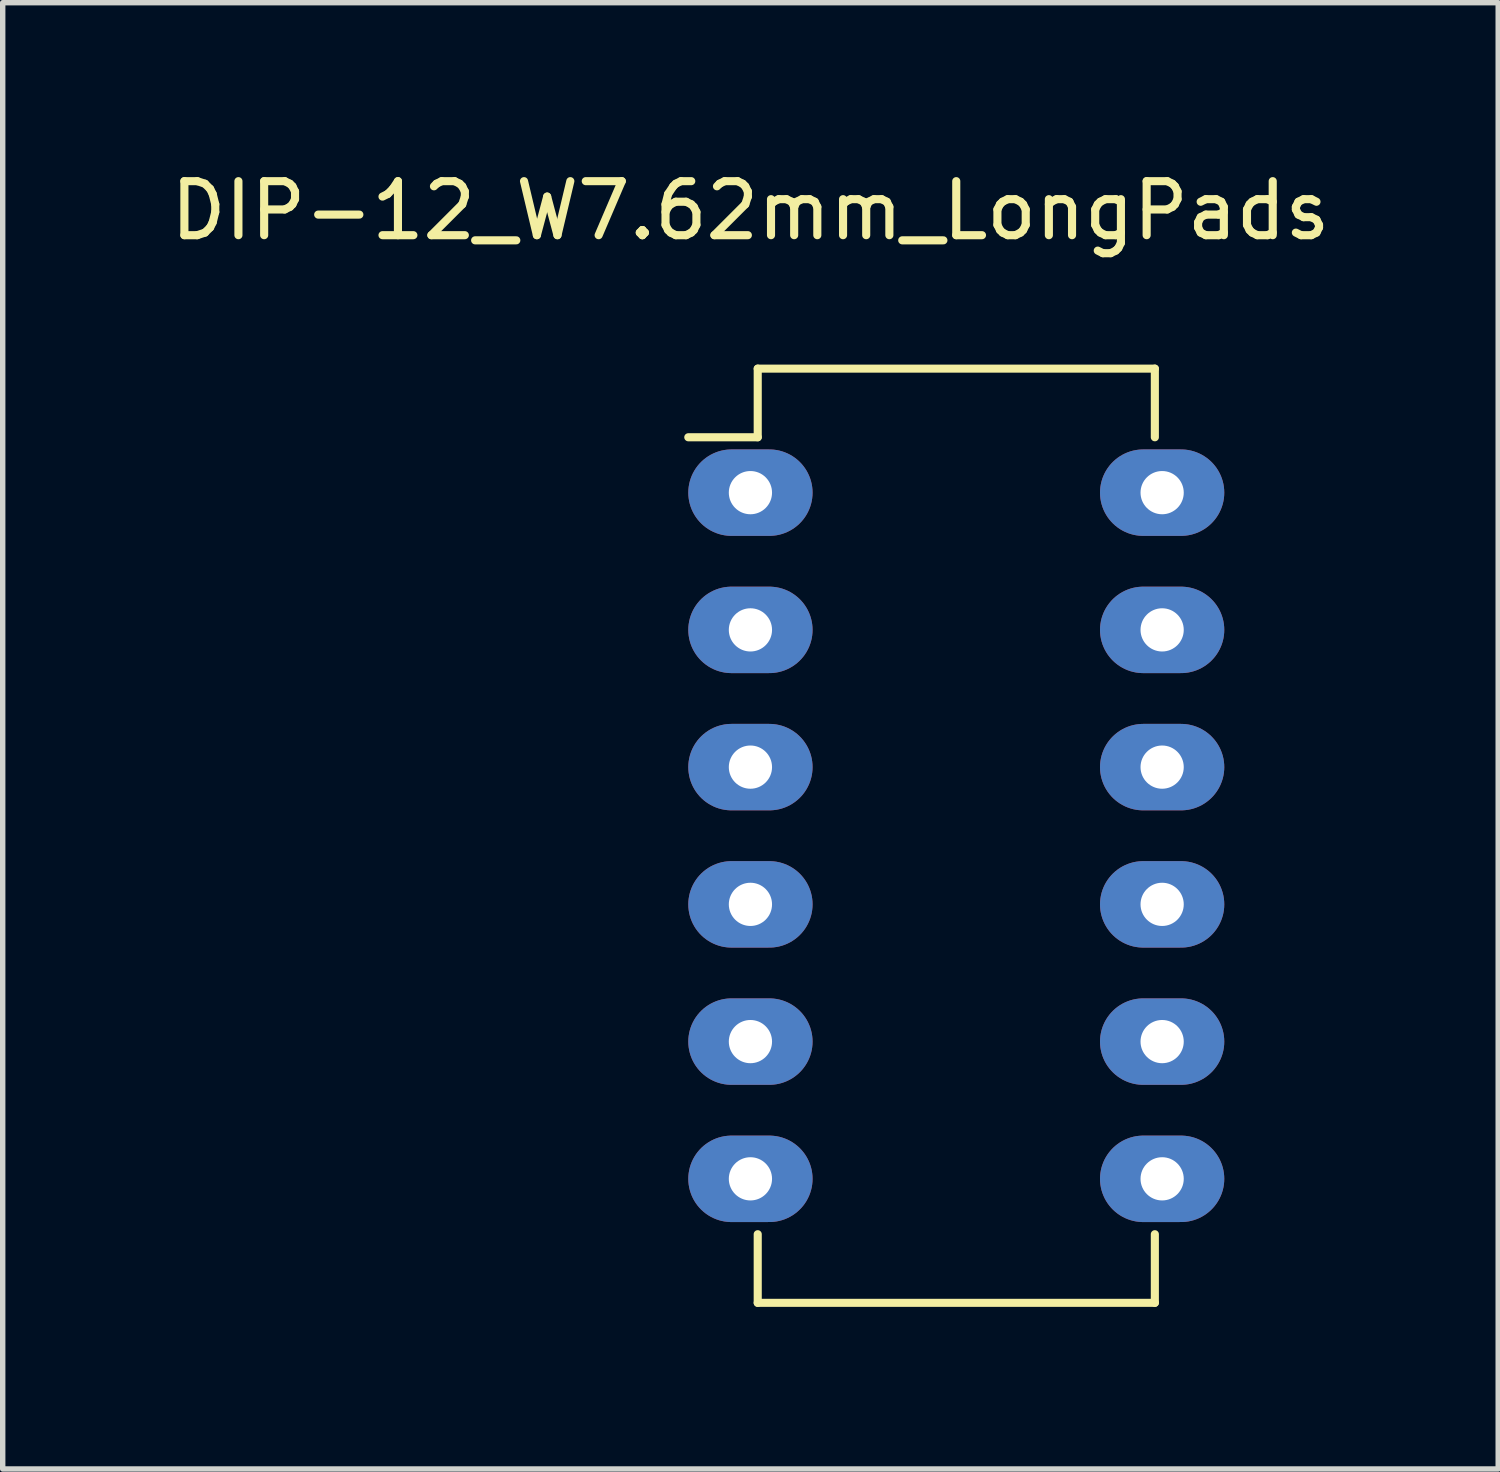
<source format=kicad_pcb>
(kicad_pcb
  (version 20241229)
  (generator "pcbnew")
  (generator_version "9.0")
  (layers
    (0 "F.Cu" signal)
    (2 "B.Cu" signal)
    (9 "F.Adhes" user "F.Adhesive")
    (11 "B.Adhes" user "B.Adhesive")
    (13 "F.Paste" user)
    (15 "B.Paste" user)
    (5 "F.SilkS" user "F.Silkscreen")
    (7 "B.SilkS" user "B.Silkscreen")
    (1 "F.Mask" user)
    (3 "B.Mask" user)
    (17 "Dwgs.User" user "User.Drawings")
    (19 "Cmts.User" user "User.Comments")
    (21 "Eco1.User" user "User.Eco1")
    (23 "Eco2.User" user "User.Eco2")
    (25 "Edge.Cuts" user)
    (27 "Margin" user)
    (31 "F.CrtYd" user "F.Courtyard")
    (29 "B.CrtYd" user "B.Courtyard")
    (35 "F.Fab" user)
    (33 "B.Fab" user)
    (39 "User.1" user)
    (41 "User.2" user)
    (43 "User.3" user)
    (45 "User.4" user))
  (footprint "DIP-12_W7.62mm_LongPads"
    (layer "F.Cu")
    (at 10.839 6.068)
    (property "Reference" "DIP-12_W7.62mm_LongPads" (at 0 -5.22 0) (layer "F.SilkS") (effects (font (size 1 1) (thickness 0.15))))
    (attr through_hole)
    (fp_line (start 0.135 -2.295) (end 0.135 -1.025) (stroke (width 0.15) (type solid)) (layer "F.SilkS"))
    (fp_line (start 0.135 -2.295) (end 7.485 -2.295) (stroke (width 0.15) (type solid)) (layer "F.SilkS"))
    (fp_line (start 0.135 -1.025) (end -1.15 -1.025) (stroke (width 0.15) (type solid)) (layer "F.SilkS"))
    (fp_line (start 0.135 14.995) (end 0.135 13.725) (stroke (width 0.15) (type solid)) (layer "F.SilkS"))
    (fp_line (start 0.135 14.995) (end 7.485 14.995) (stroke (width 0.15) (type solid)) (layer "F.SilkS"))
    (fp_line (start 7.485 -2.295) (end 7.485 -1.025) (stroke (width 0.15) (type solid)) (layer "F.SilkS"))
    (fp_line (start 7.485 14.995) (end 7.485 13.725) (stroke (width 0.15) (type solid)) (layer "F.SilkS"))
    (pad "1" thru_hole oval (at 0 0) (size 2.3 1.6) (drill 0.8) (layers "*.Cu" "*.Mask"))
    (pad "2" thru_hole oval (at 0 2.54) (size 2.3 1.6) (drill 0.8) (layers "*.Cu" "*.Mask"))
    (pad "3" thru_hole oval (at 0 5.08) (size 2.3 1.6) (drill 0.8) (layers "*.Cu" "*.Mask"))
    (pad "4" thru_hole oval (at 0 7.62) (size 2.3 1.6) (drill 0.8) (layers "*.Cu" "*.Mask"))
    (pad "5" thru_hole oval (at 0 10.16) (size 2.3 1.6) (drill 0.8) (layers "*.Cu" "*.Mask"))
    (pad "6" thru_hole oval (at 0 12.7) (size 2.3 1.6) (drill 0.8) (layers "*.Cu" "*.Mask"))
    (pad "7" thru_hole oval (at 7.62 12.7) (size 2.3 1.6) (drill 0.8) (layers "*.Cu" "*.Mask"))
    (pad "8" thru_hole oval (at 7.62 10.16) (size 2.3 1.6) (drill 0.8) (layers "*.Cu" "*.Mask"))
    (pad "9" thru_hole oval (at 7.62 7.62) (size 2.3 1.6) (drill 0.8) (layers "*.Cu" "*.Mask"))
    (pad "10" thru_hole oval (at 7.62 5.08) (size 2.3 1.6) (drill 0.8) (layers "*.Cu" "*.Mask"))
    (pad "11" thru_hole oval (at 7.62 2.54) (size 2.3 1.6) (drill 0.8) (layers "*.Cu" "*.Mask"))
    (pad "12" thru_hole oval (at 7.62 0) (size 2.3 1.6) (drill 0.8) (layers "*.Cu" "*.Mask")))
  (gr_rect
    (start -3 -3)
    (end 24.679 24.138)
    (stroke (width 0.1) (type default))
    (fill no)
    (layer "Edge.Cuts")))
</source>
